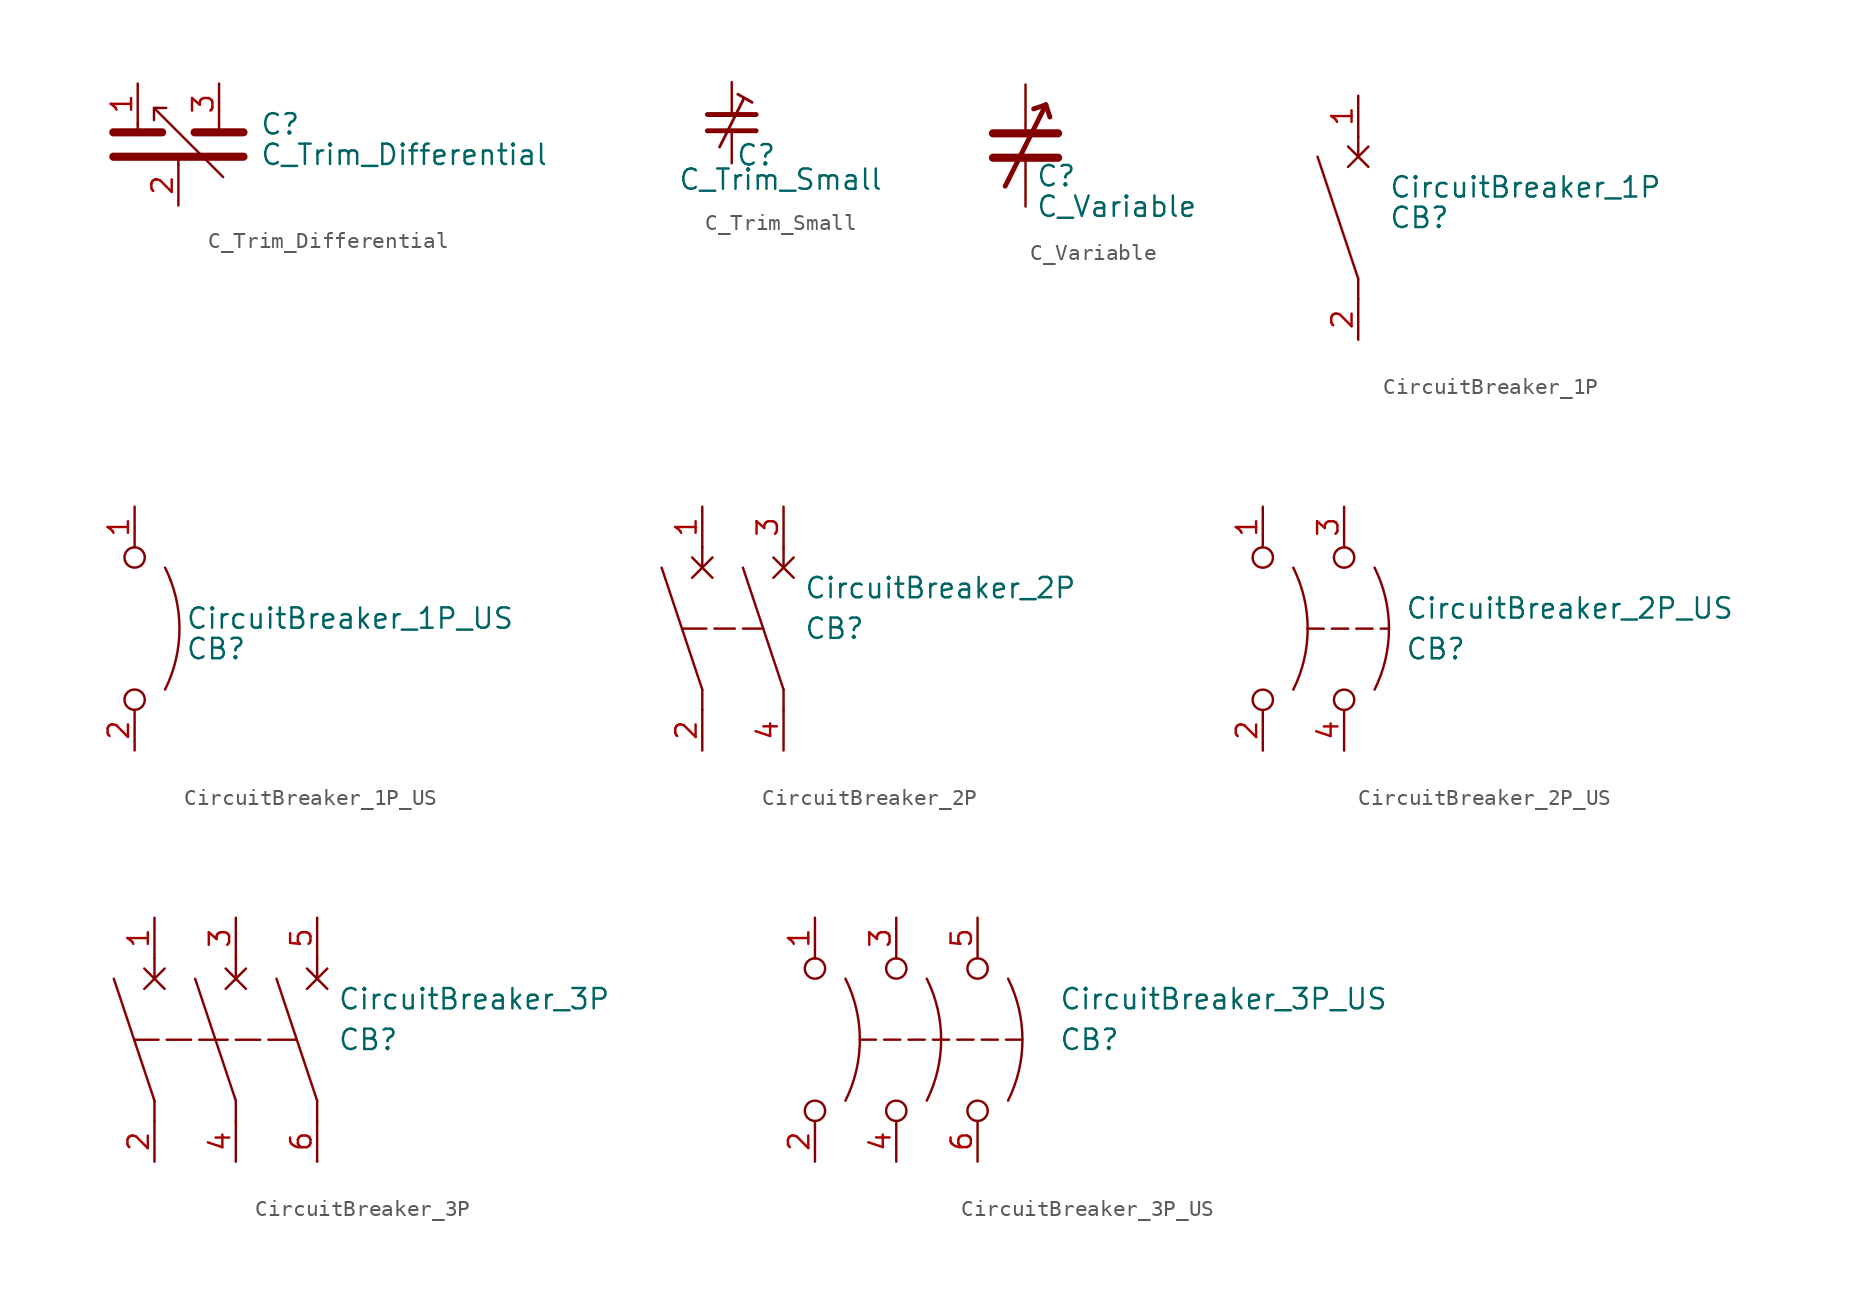
<source format=kicad_sym>
(kicad_symbol_lib
  (version 20241209)
  (generator "kicad_symbol_editor")
  (generator_version "9.0")
  (symbol "C_Trim_Differential"
    (pin_names
      (offset 0.254)
      (hide yes))
    (property "Reference" "C"
      (at 5.08 1.27 0)
      (effects (font (size 1.27 1.27)) (justify left)))
    (property "Value" "C_Trim_Differential"
      (at 5.08 -0.635 0)
      (effects (font (size 1.27 1.27)) (justify left)))
    (symbol "C_Trim_Differential_0_1"
      (polyline (pts (xy -4.064 0.762) (xy -1.016 0.762)) (stroke (width 0.508) (type default)) (fill (type none)))
      (polyline (pts (xy -4.064 -0.762) (xy 4.064 -0.762)) (stroke (width 0.508) (type default)) (fill (type none)))
      (polyline (pts (xy -2.54 1.27) (xy -2.54 0.762)) (stroke (width 0) (type default)) (fill (type none)))
      (polyline (pts (xy -1.524 2.286) (xy 2.794 -2.032)) (stroke (width 0) (type default)) (fill (type none)))
      (polyline (pts (xy -0.762 2.286) (xy -1.524 2.286) (xy -1.524 1.524)) (stroke (width 0) (type default)) (fill (type none)))
      (polyline (pts (xy 0 -1.27) (xy 0 -0.762)) (stroke (width 0) (type default)) (fill (type none)))
      (polyline (pts (xy 1.016 0.762) (xy 4.064 0.762)) (stroke (width 0.508) (type default)) (fill (type none)))
      (polyline (pts (xy 2.54 1.27) (xy 2.54 0.762)) (stroke (width 0) (type default)) (fill (type none))))
    (symbol "C_Trim_Differential_1_1"
      (pin passive line (at -2.54 3.81 270) (length 2.54) (name "~" (effects (font (size 1.27 1.27)))) (number "1" (effects (font (size 1.27 1.27)))))
      (pin passive line (at 0 -3.81 90) (length 2.54) (name "~" (effects (font (size 1.27 1.27)))) (number "2" (effects (font (size 1.27 1.27)))))
      (pin passive line (at 2.54 3.81 270) (length 2.54) (name "~" (effects (font (size 1.27 1.27)))) (number "3" (effects (font (size 1.27 1.27)))))))
  (symbol "C_Trim_Small"
    (pin_numbers
      (hide yes))
    (pin_names
      (offset 0.254)
      (hide yes))
    (property "Reference" "C"
      (at 1.524 -2.032 0)
      (effects (font (size 1.27 1.27))))
    (property "Value" "C_Trim_Small"
      (at 3.048 -3.556 0)
      (effects (font (size 1.27 1.27))))
    (symbol "C_Trim_Small_0_1"
      (polyline (pts (xy -1.524 0.508) (xy 1.524 0.508)) (stroke (width 0.305) (type default)) (fill (type none)))
      (polyline (pts (xy -1.524 -0.508) (xy 1.524 -0.508)) (stroke (width 0.305) (type default)) (fill (type none)))
      (polyline (pts (xy 0.762 1.524) (xy -0.762 -1.524)) (stroke (width 0.178) (type default)) (fill (type none)))
      (polyline (pts (xy 1.27 1.27) (xy 0.381 1.778)) (stroke (width 0.178) (type default)) (fill (type none))))
    (symbol "C_Trim_Small_1_1"
      (pin passive line (at 0 2.54 270) (length 2.032) (name "~" (effects (font (size 1.27 1.27)))) (number "1" (effects (font (size 1.27 1.27)))))
      (pin passive line (at 0 -2.54 90) (length 2.032) (name "~" (effects (font (size 1.27 1.27)))) (number "2" (effects (font (size 1.27 1.27)))))))
  (symbol "C_Variable"
    (pin_numbers
      (hide yes))
    (pin_names
      (offset 0.254)
      (hide yes))
    (property "Reference" "C"
      (at 0.635 -1.905 0)
      (effects (font (size 1.27 1.27)) (justify left)))
    (property "Value" "C_Variable"
      (at 0.635 -3.81 0)
      (effects (font (size 1.27 1.27)) (justify left)))
    (symbol "C_Variable_0_1"
      (polyline (pts (xy -2.032 0.762) (xy 2.032 0.762)) (stroke (width 0.508) (type default)) (fill (type none)))
      (polyline (pts (xy -2.032 -0.762) (xy 2.032 -0.762)) (stroke (width 0.508) (type default)) (fill (type none)))
      (polyline (pts (xy 1.27 2.54) (xy -1.27 -2.54)) (stroke (width 0.305) (type default)) (fill (type none)))
      (polyline (pts (xy 1.27 2.54) (xy 0.508 2.286)) (stroke (width 0.305) (type default)) (fill (type none)))
      (polyline (pts (xy 1.27 2.54) (xy 1.524 1.778)) (stroke (width 0.305) (type default)) (fill (type none))))
    (symbol "C_Variable_1_1"
      (pin passive line (at 0 3.81 270) (length 3.048) (name "~" (effects (font (size 1.27 1.27)))) (number "1" (effects (font (size 1.27 1.27)))))
      (pin passive line (at 0 -3.81 90) (length 3.048) (name "~" (effects (font (size 1.27 1.27)))) (number "2" (effects (font (size 1.27 1.27)))))))
  (symbol "CircuitBreaker_1P"
    (property "Reference" "CB"
      (at 1.905 0 0)
      (effects (font (size 1.27 1.27)) (justify left)))
    (property "Value" "CircuitBreaker_1P"
      (at 1.905 1.905 0)
      (effects (font (size 1.27 1.27)) (justify left)))
    (symbol "CircuitBreaker_1P_0_1"
      (polyline (pts (xy 0 -3.81) (xy -2.54 3.81)) (stroke (width 0) (type default)) (fill (type none)))
      (polyline (pts (xy 0 -5.08) (xy 0 -3.81)) (stroke (width 0) (type default)) (fill (type none))))
    (symbol "CircuitBreaker_1P_1_1"
      (polyline (pts (xy -0.635 4.445) (xy 0.635 3.175)) (stroke (width 0) (type default)) (fill (type none)))
      (polyline (pts (xy 0 5.08) (xy 0 3.81)) (stroke (width 0) (type default)) (fill (type none)))
      (polyline (pts (xy 0.635 4.445) (xy -0.635 3.175)) (stroke (width 0) (type default)) (fill (type none)))
      (pin passive line (at 0 7.62 270) (length 2.54) (name "~" (effects (font (size 1.27 1.27)))) (number "1" (effects (font (size 1.27 1.27)))))
      (pin passive line (at 0 -7.62 90) (length 2.54) (name "~" (effects (font (size 1.27 1.27)))) (number "2" (effects (font (size 1.27 1.27)))))))
  (symbol "CircuitBreaker_1P_US"
    (property "Reference" "CB"
      (at 3.175 -1.27 0)
      (effects (font (size 1.27 1.27)) (justify left)))
    (property "Value" "CircuitBreaker_1P_US"
      (at 3.175 0.635 0)
      (effects (font (size 1.27 1.27)) (justify left)))
    (symbol "CircuitBreaker_1P_US_0_1"
      (arc (start 1.905 3.81) (mid 2.8044 0) (end 1.905 -3.81) (stroke (width 0) (type default)) (fill (type none)))
      (circle (center 0 4.445) (radius 0.635) (stroke (width 0) (type default)) (fill (type none)))
      (circle (center 0 -4.445) (radius 0.635) (stroke (width 0) (type default)) (fill (type none))))
    (symbol "CircuitBreaker_1P_US_1_1"
      (pin passive line (at 0 7.62 270) (length 2.54) (name "~" (effects (font (size 1.27 1.27)))) (number "1" (effects (font (size 1.27 1.27)))))
      (pin passive line (at 0 -7.62 90) (length 2.54) (name "~" (effects (font (size 1.27 1.27)))) (number "2" (effects (font (size 1.27 1.27)))))))
  (symbol "CircuitBreaker_2P"
    (property "Reference" "CB"
      (at 3.81 0 0)
      (effects (font (size 1.27 1.27)) (justify left)))
    (property "Value" "CircuitBreaker_2P"
      (at 3.81 2.54 0)
      (effects (font (size 1.27 1.27)) (justify left)))
    (symbol "CircuitBreaker_2P_0_1"
      (polyline (pts (xy -3.81 0) (xy -2.286 0)) (stroke (width 0) (type default)) (fill (type none)))
      (polyline (pts (xy -2.54 -3.81) (xy -5.08 3.81)) (stroke (width 0) (type default)) (fill (type none)))
      (polyline (pts (xy -1.778 0) (xy -0.508 0)) (stroke (width 0) (type default)) (fill (type none)))
      (polyline (pts (xy 0 0) (xy 1.27 0)) (stroke (width 0) (type default)) (fill (type none)))
      (polyline (pts (xy 2.54 -3.81) (xy 0 3.81)) (stroke (width 0) (type default)) (fill (type none)))
      (polyline (pts (xy 2.54 -5.08) (xy 2.54 -3.81)) (stroke (width 0) (type default)) (fill (type none))))
    (symbol "CircuitBreaker_2P_1_1"
      (polyline (pts (xy -3.175 4.445) (xy -1.905 3.175)) (stroke (width 0) (type default)) (fill (type none)))
      (polyline (pts (xy -2.54 5.08) (xy -2.54 3.81)) (stroke (width 0) (type default)) (fill (type none)))
      (polyline (pts (xy -2.54 -3.81) (xy -2.54 -5.08)) (stroke (width 0) (type default)) (fill (type none)))
      (polyline (pts (xy -1.905 4.445) (xy -3.175 3.175)) (stroke (width 0) (type default)) (fill (type none)))
      (polyline (pts (xy 1.905 4.445) (xy 3.175 3.175)) (stroke (width 0) (type default)) (fill (type none)))
      (polyline (pts (xy 2.54 5.08) (xy 2.54 3.81)) (stroke (width 0) (type default)) (fill (type none)))
      (polyline (pts (xy 3.175 4.445) (xy 1.905 3.175)) (stroke (width 0) (type default)) (fill (type none)))
      (pin passive line (at -2.54 7.62 270) (length 2.54) (name "~" (effects (font (size 1.27 1.27)))) (number "1" (effects (font (size 1.27 1.27)))))
      (pin passive line (at -2.54 -7.62 90) (length 2.54) (name "~" (effects (font (size 1.27 1.27)))) (number "2" (effects (font (size 1.27 1.27)))))
      (pin passive line (at 2.54 7.62 270) (length 2.54) (name "~" (effects (font (size 1.27 1.27)))) (number "3" (effects (font (size 1.27 1.27)))))
      (pin passive line (at 2.54 -7.62 90) (length 2.54) (name "~" (effects (font (size 1.27 1.27)))) (number "4" (effects (font (size 1.27 1.27)))))))
  (symbol "CircuitBreaker_2P_US"
    (property "Reference" "CB"
      (at 6.35 -1.27 0)
      (effects (font (size 1.27 1.27)) (justify left)))
    (property "Value" "CircuitBreaker_2P_US"
      (at 6.35 1.27 0)
      (effects (font (size 1.27 1.27)) (justify left)))
    (symbol "CircuitBreaker_2P_US_0_1"
      (arc (start -0.635 3.81) (mid 0.2644 0) (end -0.635 -3.81) (stroke (width 0) (type default)) (fill (type none)))
      (circle (center -2.54 4.445) (radius 0.635) (stroke (width 0) (type default)) (fill (type none)))
      (circle (center -2.54 -4.445) (radius 0.635) (stroke (width 0) (type default)) (fill (type none)))
      (polyline (pts (xy 0.254 0) (xy 0.254 0)) (stroke (width 0) (type default)) (fill (type none)))
      (polyline (pts (xy 0.254 0) (xy 1.27 0)) (stroke (width 0) (type default)) (fill (type none)))
      (polyline (pts (xy 1.778 0) (xy 2.794 0)) (stroke (width 0) (type default)) (fill (type none)))
      (polyline (pts (xy 3.302 0) (xy 4.318 0)) (stroke (width 0) (type default)) (fill (type none)))
      (polyline (pts (xy 4.826 0) (xy 5.334 0)) (stroke (width 0) (type default)) (fill (type none))))
    (symbol "CircuitBreaker_2P_US_1_1"
      (arc (start 4.445 3.81) (mid 5.3444 0) (end 4.445 -3.81) (stroke (width 0) (type default)) (fill (type none)))
      (circle (center 2.54 4.445) (radius 0.635) (stroke (width 0) (type default)) (fill (type none)))
      (circle (center 2.54 -4.445) (radius 0.635) (stroke (width 0) (type default)) (fill (type none)))
      (pin passive line (at -2.54 7.62 270) (length 2.54) (name "~" (effects (font (size 1.27 1.27)))) (number "1" (effects (font (size 1.27 1.27)))))
      (pin passive line (at -2.54 -7.62 90) (length 2.54) (name "~" (effects (font (size 1.27 1.27)))) (number "2" (effects (font (size 1.27 1.27)))))
      (pin passive line (at 2.54 7.62 270) (length 2.54) (name "~" (effects (font (size 1.27 1.27)))) (number "3" (effects (font (size 1.27 1.27)))))
      (pin passive line (at 2.54 -7.62 90) (length 2.54) (name "~" (effects (font (size 1.27 1.27)))) (number "4" (effects (font (size 1.27 1.27)))))))
  (symbol "CircuitBreaker_3P"
    (property "Reference" "CB"
      (at 6.35 0 0)
      (effects (font (size 1.27 1.27)) (justify left)))
    (property "Value" "CircuitBreaker_3P"
      (at 6.35 2.54 0)
      (effects (font (size 1.27 1.27)) (justify left)))
    (symbol "CircuitBreaker_3P_0_1"
      (polyline (pts (xy -6.35 0) (xy -4.826 0)) (stroke (width 0) (type default)) (fill (type none)))
      (polyline (pts (xy -5.715 4.445) (xy -4.445 3.175)) (stroke (width 0) (type default)) (fill (type none)))
      (polyline (pts (xy -5.08 5.08) (xy -5.08 3.81)) (stroke (width 0) (type default)) (fill (type none)))
      (polyline (pts (xy -5.08 -3.81) (xy -7.62 3.81)) (stroke (width 0) (type default)) (fill (type none)))
      (polyline (pts (xy -5.08 -5.08) (xy -5.08 -3.81)) (stroke (width 0) (type default)) (fill (type none)))
      (polyline (pts (xy -4.445 4.445) (xy -5.715 3.175)) (stroke (width 0) (type default)) (fill (type none)))
      (polyline (pts (xy -4.318 0) (xy -2.794 0) (xy -3.048 0)) (stroke (width 0) (type default)) (fill (type none)))
      (polyline (pts (xy -2.286 0) (xy -0.508 0)) (stroke (width 0) (type default)) (fill (type none)))
      (polyline (pts (xy -0.635 4.445) (xy 0 3.81) (xy 0.635 3.175)) (stroke (width 0) (type default)) (fill (type none)))
      (polyline (pts (xy 0 5.08) (xy 0 3.81)) (stroke (width 0) (type default)) (fill (type none)))
      (polyline (pts (xy 0 0) (xy 1.524 0)) (stroke (width 0) (type default)) (fill (type none)))
      (polyline (pts (xy 0 -3.81) (xy -2.54 3.81)) (stroke (width 0) (type default)) (fill (type none)))
      (polyline (pts (xy 0 -5.08) (xy 0 -3.81)) (stroke (width 0) (type default)) (fill (type none)))
      (polyline (pts (xy 0.635 4.445) (xy -0.635 3.175)) (stroke (width 0) (type default)) (fill (type none)))
      (polyline (pts (xy 2.032 0) (xy 3.81 0)) (stroke (width 0) (type default)) (fill (type none)))
      (polyline (pts (xy 4.445 4.445) (xy 5.715 3.175)) (stroke (width 0) (type default)) (fill (type none)))
      (polyline (pts (xy 5.08 5.08) (xy 5.08 3.81)) (stroke (width 0) (type default)) (fill (type none)))
      (polyline (pts (xy 5.08 -3.81) (xy 2.54 3.81)) (stroke (width 0) (type default)) (fill (type none)))
      (polyline (pts (xy 5.08 -5.08) (xy 5.08 -3.81)) (stroke (width 0) (type default)) (fill (type none)))
      (polyline (pts (xy 5.715 4.445) (xy 4.445 3.175)) (stroke (width 0) (type default)) (fill (type none))))
    (symbol "CircuitBreaker_3P_1_1"
      (pin passive line (at -5.08 7.62 270) (length 2.54) (name "~" (effects (font (size 1.27 1.27)))) (number "1" (effects (font (size 1.27 1.27)))))
      (pin passive line (at -5.08 -7.62 90) (length 2.54) (name "~" (effects (font (size 1.27 1.27)))) (number "2" (effects (font (size 1.27 1.27)))))
      (pin passive line (at 0 7.62 270) (length 2.54) (name "~" (effects (font (size 1.27 1.27)))) (number "3" (effects (font (size 1.27 1.27)))))
      (pin passive line (at 0 -7.62 90) (length 2.54) (name "~" (effects (font (size 1.27 1.27)))) (number "4" (effects (font (size 1.27 1.27)))))
      (pin passive line (at 5.08 7.62 270) (length 2.54) (name "~" (effects (font (size 1.27 1.27)))) (number "5" (effects (font (size 1.27 1.27)))))
      (pin passive line (at 5.08 -7.62 90) (length 2.54) (name "~" (effects (font (size 1.27 1.27)))) (number "6" (effects (font (size 1.27 1.27)))))))
  (symbol "CircuitBreaker_3P_US"
    (property "Reference" "CB"
      (at 10.16 0 0)
      (effects (font (size 1.27 1.27)) (justify left)))
    (property "Value" "CircuitBreaker_3P_US"
      (at 10.16 2.54 0)
      (effects (font (size 1.27 1.27)) (justify left)))
    (symbol "CircuitBreaker_3P_US_0_1"
      (arc (start 1.905 3.81) (mid 2.8044 0) (end 1.905 -3.81) (stroke (width 0) (type default)) (fill (type none)))
      (polyline (pts (xy -2.286 0) (xy -1.27 0)) (stroke (width 0) (type default)) (fill (type none)))
      (polyline (pts (xy -0.762 0) (xy 0.254 0)) (stroke (width 0) (type default)) (fill (type none)))
      (circle (center 0 4.445) (radius 0.635) (stroke (width 0) (type default)) (fill (type none)))
      (circle (center 0 -4.445) (radius 0.635) (stroke (width 0) (type default)) (fill (type none)))
      (polyline (pts (xy 0.762 0) (xy 1.778 0)) (stroke (width 0) (type default)) (fill (type none)))
      (polyline (pts (xy 2.286 0) (xy 3.302 0)) (stroke (width 0) (type default)) (fill (type none)))
      (polyline (pts (xy 3.81 0) (xy 4.826 0)) (stroke (width 0) (type default)) (fill (type none)))
      (polyline (pts (xy 5.334 0) (xy 6.35 0)) (stroke (width 0) (type default)) (fill (type none)))
      (polyline (pts (xy 6.858 0) (xy 7.874 0)) (stroke (width 0) (type default)) (fill (type none))))
    (symbol "CircuitBreaker_3P_US_1_1"
      (arc (start -3.175 3.81) (mid -2.2756 0) (end -3.175 -3.81) (stroke (width 0) (type default)) (fill (type none)))
      (circle (center -5.08 4.445) (radius 0.635) (stroke (width 0) (type default)) (fill (type none)))
      (circle (center -5.08 -4.445) (radius 0.635) (stroke (width 0) (type default)) (fill (type none)))
      (arc (start 6.985 3.81) (mid 7.8844 0) (end 6.985 -3.81) (stroke (width 0) (type default)) (fill (type none)))
      (circle (center 5.08 4.445) (radius 0.635) (stroke (width 0) (type default)) (fill (type none)))
      (circle (center 5.08 -4.445) (radius 0.635) (stroke (width 0) (type default)) (fill (type none)))
      (pin passive line (at -5.08 7.62 270) (length 2.54) (name "~" (effects (font (size 1.27 1.27)))) (number "1" (effects (font (size 1.27 1.27)))))
      (pin passive line (at -5.08 -7.62 90) (length 2.54) (name "~" (effects (font (size 1.27 1.27)))) (number "2" (effects (font (size 1.27 1.27)))))
      (pin passive line (at 0 7.62 270) (length 2.54) (name "~" (effects (font (size 1.27 1.27)))) (number "3" (effects (font (size 1.27 1.27)))))
      (pin passive line (at 0 -7.62 90) (length 2.54) (name "~" (effects (font (size 1.27 1.27)))) (number "4" (effects (font (size 1.27 1.27)))))
      (pin passive line (at 5.08 7.62 270) (length 2.54) (name "~" (effects (font (size 1.27 1.27)))) (number "5" (effects (font (size 1.27 1.27)))))
      (pin passive line (at 5.08 -7.62 90) (length 2.54) (name "~" (effects (font (size 1.27 1.27)))) (number "6" (effects (font (size 1.27 1.27))))))))
</source>
